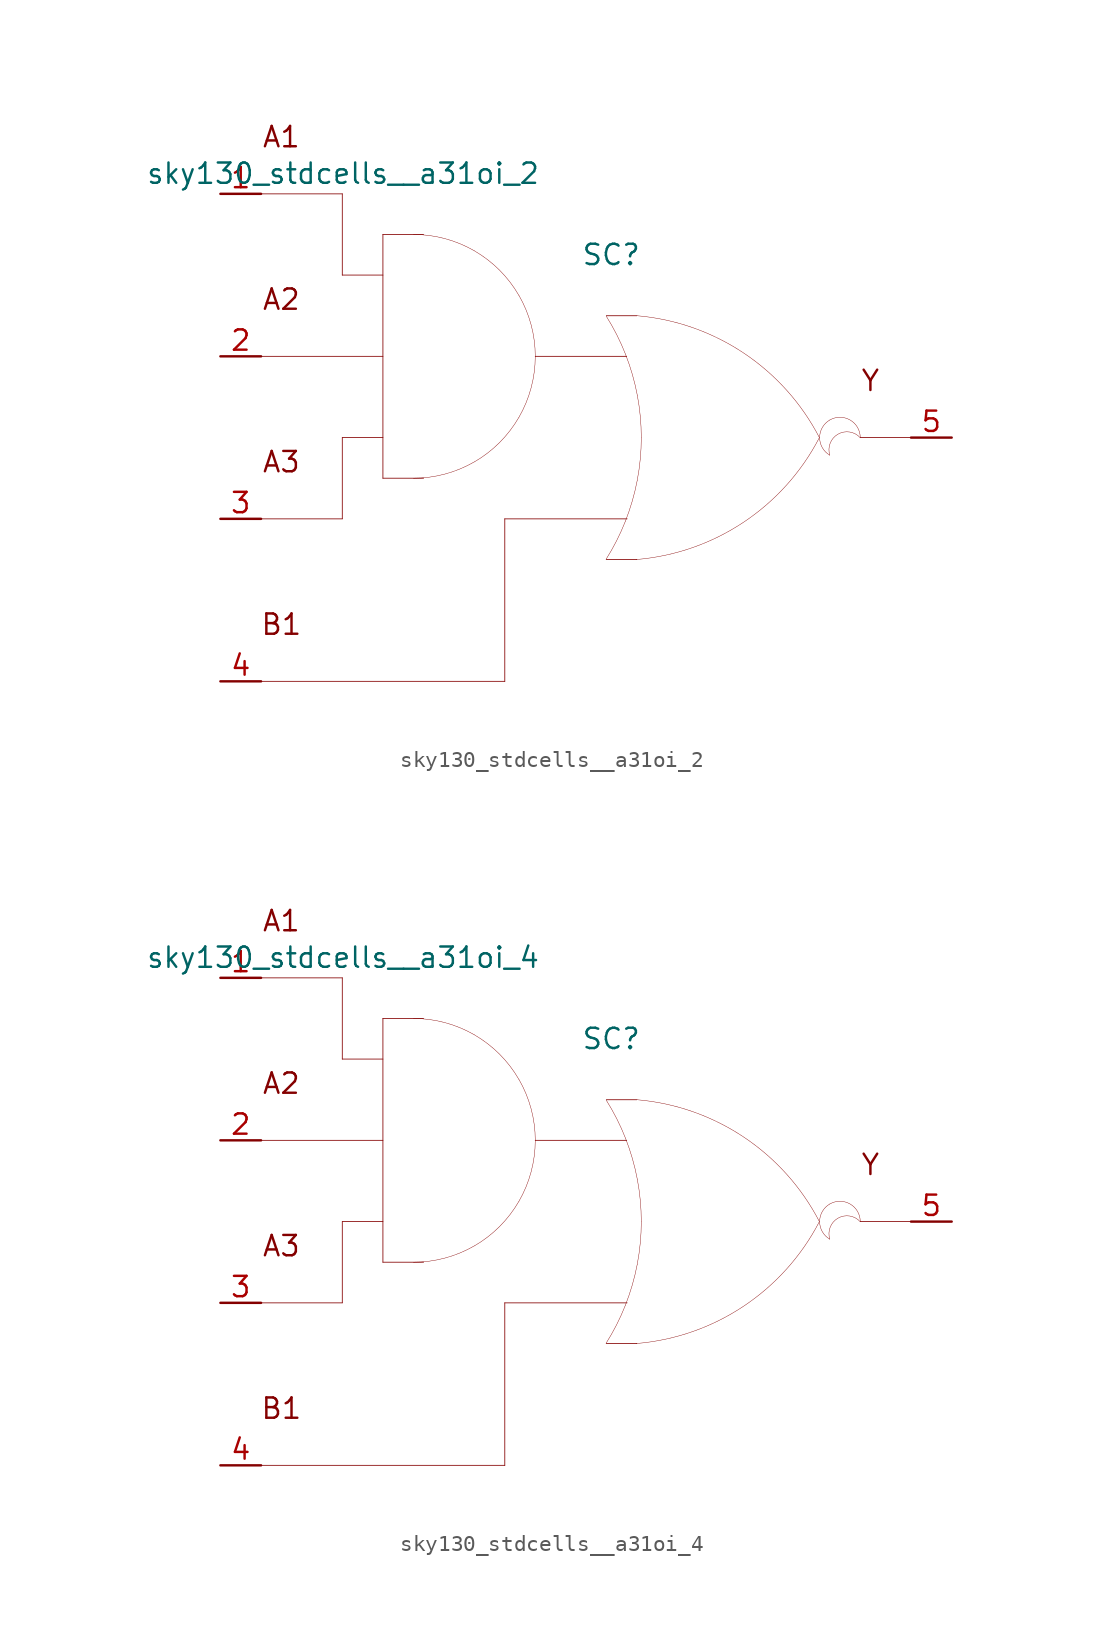
<source format=kicad_sym>
(kicad_symbol_lib
  (version 20211014)
  (generator kicad_symbol_editor)
  (symbol "sky130_stdcells__a31oi_2"
    (pin_names hide)
    (property "Reference" "SC"
      (at 1.575 11.43 0)
      (effects (font (size 1.27 1.27))))
    (property "Value" "sky130_stdcells__a31oi_2"
      (at -2.845 16.51 0)
      (effects (font (size 1.27 1.27)) (justify right)))
    (symbol "sky130_stdcells__a31oi_2_0_0"
      (arc (start -10.795 -2.54) (mid -8.8228 -2.2804) (end -6.985 -1.5191) (stroke (width 0.0254) (type default) (color 0 0 0 0)) (fill (type none)))
      (arc (start -6.985 -1.5191) (mid -5.4069 -0.3081) (end -4.1959 1.27) (stroke (width 0.0254) (type default) (color 0 0 0 0)) (fill (type none)))
      (arc (start -6.985 11.6791) (mid -8.8228 12.4403) (end -10.795 12.7) (stroke (width 0.0254) (type default) (color 0 0 0 0)) (fill (type none)))
      (arc (start -4.1959 1.27) (mid -3.4347 3.1078) (end -3.175 5.08) (stroke (width 0.0254) (type default) (color 0 0 0 0)) (fill (type none)))
      (arc (start -4.1959 8.89) (mid -5.4069 10.4681) (end -6.985 11.6791) (stroke (width 0.0254) (type default) (color 0 0 0 0)) (fill (type none)))
      (arc (start -3.175 5.08) (mid -3.4346 7.0522) (end -4.1959 8.89) (stroke (width 0.0254) (type default) (color 0 0 0 0)) (fill (type none)))
      (polyline (pts (xy -20.32 -15.24) (xy -5.08 -15.24)) (stroke (width 0.051) (type default) (color 0 0 0 0)) (fill (type none)))
      (polyline (pts (xy -20.32 -5.08) (xy -15.24 -5.08)) (stroke (width 0.051) (type default) (color 0 0 0 0)) (fill (type none)))
      (polyline (pts (xy -20.32 5.08) (xy -12.7 5.08)) (stroke (width 0.051) (type default) (color 0 0 0 0)) (fill (type none)))
      (polyline (pts (xy -20.32 15.24) (xy -15.24 15.24)) (stroke (width 0.051) (type default) (color 0 0 0 0)) (fill (type none)))
      (polyline (pts (xy -15.24 0) (xy -15.24 -5.08)) (stroke (width 0.051) (type default) (color 0 0 0 0)) (fill (type none)))
      (polyline (pts (xy -15.24 0) (xy -12.7 0)) (stroke (width 0.051) (type default) (color 0 0 0 0)) (fill (type none)))
      (polyline (pts (xy -15.24 10.16) (xy -12.7 10.16)) (stroke (width 0.051) (type default) (color 0 0 0 0)) (fill (type none)))
      (polyline (pts (xy -15.24 15.24) (xy -15.24 10.16)) (stroke (width 0.051) (type default) (color 0 0 0 0)) (fill (type none)))
      (polyline (pts (xy -12.7 -2.54) (xy -10.16 -2.54)) (stroke (width 0.051) (type default) (color 0 0 0 0)) (fill (type none)))
      (polyline (pts (xy -12.7 12.7) (xy -12.7 -2.54)) (stroke (width 0.051) (type default) (color 0 0 0 0)) (fill (type none)))
      (polyline (pts (xy -12.7 12.7) (xy -10.16 12.7)) (stroke (width 0.051) (type default) (color 0 0 0 0)) (fill (type none)))
      (polyline (pts (xy -5.08 -5.08) (xy -5.08 -15.24)) (stroke (width 0.051) (type default) (color 0 0 0 0)) (fill (type none)))
      (polyline (pts (xy -5.08 -5.08) (xy 2.565 -5.08)) (stroke (width 0.051) (type default) (color 0 0 0 0)) (fill (type none)))
      (polyline (pts (xy -3.175 5.08) (xy 2.54 5.08)) (stroke (width 0.051) (type default) (color 0 0 0 0)) (fill (type none)))
      (polyline (pts (xy 1.27 -7.62) (xy 3.175 -7.62)) (stroke (width 0.051) (type default) (color 0 0 0 0)) (fill (type none)))
      (polyline (pts (xy 1.27 7.62) (xy 3.175 7.62)) (stroke (width 0.051) (type default) (color 0 0 0 0)) (fill (type none)))
      (polyline (pts (xy 17.145 0) (xy 20.32 0)) (stroke (width 0.051) (type default) (color 0 0 0 0)) (fill (type none)))
      (arc (start 1.2495 -7.6142) (mid 1.907 -6.458) (end 2.4538 -5.2456) (stroke (width 0.0254) (type default) (color 0 0 0 0)) (fill (type none)))
      (arc (start 2.4538 -5.2456) (mid 2.8887 -3.9755) (end 3.202 -2.6701) (stroke (width 0.0254) (type default) (color 0 0 0 0)) (fill (type none)))
      (arc (start 2.472 5.1993) (mid 1.9238 6.4248) (end 1.2627 7.5932) (stroke (width 0.0254) (type default) (color 0 0 0 0)) (fill (type none)))
      (arc (start 3.1446 -7.6231) (mid 9.8386 -5.2986) (end 14.5755 -0.0284) (stroke (width 0.0254) (type default) (color 0 0 0 0)) (fill (type none)))
      (arc (start 3.202 -2.6701) (mid 3.3912 -1.341) (end 3.4544 0) (stroke (width 0.0254) (type default) (color 0 0 0 0)) (fill (type none)))
      (arc (start 3.2066 2.6456) (mid 2.8989 3.9396) (end 2.472 5.1993) (stroke (width 0.0254) (type default) (color 0 0 0 0)) (fill (type none)))
      (arc (start 3.4544 0) (mid 3.3923 1.3286) (end 3.2066 2.6456) (stroke (width 0.0254) (type default) (color 0 0 0 0)) (fill (type none)))
      (arc (start 14.5983 -0.0156) (mid 9.8798 5.271) (end 3.194 7.6189) (stroke (width 0.0254) (type default) (color 0 0 0 0)) (fill (type none)))
      (arc (start 15.24 1.0999) (mid 14.605 0) (end 15.24 -1.0999) (stroke (width 0.0254) (type default) (color 0 0 0 0)) (fill (type none)))
      (arc (start 17.145 0) (mid 15.2881 0.4743) (end 15.24 -1.0999) (stroke (width 0.0254) (type default) (color 0 0 0 0)) (fill (type none)))
      (arc (start 17.145 0) (mid 16.51 1.0998) (end 15.24 1.0999) (stroke (width 0.0254) (type default) (color 0 0 0 0)) (fill (type none)))
      (text "A1" (at -19.05 18.796 0) (effects (font (size 1.27 1.27))))
      (text "A2" (at -19.05 8.636 0) (effects (font (size 1.27 1.27))))
      (text "A3" (at -19.05 -1.524 0) (effects (font (size 1.27 1.27))))
      (text "B1" (at -19.05 -11.684 0) (effects (font (size 1.27 1.27))))
      (text "Y" (at 17.78 3.556 0) (effects (font (size 1.27 1.27)))))
    (symbol "sky130_stdcells__a31oi_2_1_1"
      (pin input line (at -22.86 15.24 0) (length 2.54) (name "A1" (effects (font (size 1.092 1.092)))) (number "1" (effects (font (size 1.27 1.27)))))
      (pin input line (at -22.86 5.08 0) (length 2.54) (name "A2" (effects (font (size 1.092 1.092)))) (number "2" (effects (font (size 1.27 1.27)))))
      (pin input line (at -22.86 -5.08 0) (length 2.54) (name "A3" (effects (font (size 1.092 1.092)))) (number "3" (effects (font (size 1.27 1.27)))))
      (pin input line (at -22.86 -15.24 0) (length 2.54) (name "B1" (effects (font (size 1.092 1.092)))) (number "4" (effects (font (size 1.27 1.27)))))
      (pin output line (at 22.86 0 180) (length 2.54) (name "Y" (effects (font (size 1.092 1.092)))) (number "5" (effects (font (size 1.27 1.27)))))))
  (symbol "sky130_stdcells__a31oi_4"
    (pin_names hide)
    (property "Reference" "SC"
      (at 1.575 11.43 0)
      (effects (font (size 1.27 1.27))))
    (property "Value" "sky130_stdcells__a31oi_4"
      (at -2.845 16.51 0)
      (effects (font (size 1.27 1.27)) (justify right)))
    (symbol "sky130_stdcells__a31oi_4_0_0"
      (arc (start -10.795 -2.54) (mid -8.8228 -2.2804) (end -6.985 -1.5191) (stroke (width 0.0254) (type default) (color 0 0 0 0)) (fill (type none)))
      (arc (start -6.985 -1.5191) (mid -5.4069 -0.3081) (end -4.1959 1.27) (stroke (width 0.0254) (type default) (color 0 0 0 0)) (fill (type none)))
      (arc (start -6.985 11.6791) (mid -8.8228 12.4403) (end -10.795 12.7) (stroke (width 0.0254) (type default) (color 0 0 0 0)) (fill (type none)))
      (arc (start -4.1959 1.27) (mid -3.4347 3.1078) (end -3.175 5.08) (stroke (width 0.0254) (type default) (color 0 0 0 0)) (fill (type none)))
      (arc (start -4.1959 8.89) (mid -5.4069 10.4681) (end -6.985 11.6791) (stroke (width 0.0254) (type default) (color 0 0 0 0)) (fill (type none)))
      (arc (start -3.175 5.08) (mid -3.4346 7.0522) (end -4.1959 8.89) (stroke (width 0.0254) (type default) (color 0 0 0 0)) (fill (type none)))
      (polyline (pts (xy -20.32 -15.24) (xy -5.08 -15.24)) (stroke (width 0.051) (type default) (color 0 0 0 0)) (fill (type none)))
      (polyline (pts (xy -20.32 -5.08) (xy -15.24 -5.08)) (stroke (width 0.051) (type default) (color 0 0 0 0)) (fill (type none)))
      (polyline (pts (xy -20.32 5.08) (xy -12.7 5.08)) (stroke (width 0.051) (type default) (color 0 0 0 0)) (fill (type none)))
      (polyline (pts (xy -20.32 15.24) (xy -15.24 15.24)) (stroke (width 0.051) (type default) (color 0 0 0 0)) (fill (type none)))
      (polyline (pts (xy -15.24 0) (xy -15.24 -5.08)) (stroke (width 0.051) (type default) (color 0 0 0 0)) (fill (type none)))
      (polyline (pts (xy -15.24 0) (xy -12.7 0)) (stroke (width 0.051) (type default) (color 0 0 0 0)) (fill (type none)))
      (polyline (pts (xy -15.24 10.16) (xy -12.7 10.16)) (stroke (width 0.051) (type default) (color 0 0 0 0)) (fill (type none)))
      (polyline (pts (xy -15.24 15.24) (xy -15.24 10.16)) (stroke (width 0.051) (type default) (color 0 0 0 0)) (fill (type none)))
      (polyline (pts (xy -12.7 -2.54) (xy -10.16 -2.54)) (stroke (width 0.051) (type default) (color 0 0 0 0)) (fill (type none)))
      (polyline (pts (xy -12.7 12.7) (xy -12.7 -2.54)) (stroke (width 0.051) (type default) (color 0 0 0 0)) (fill (type none)))
      (polyline (pts (xy -12.7 12.7) (xy -10.16 12.7)) (stroke (width 0.051) (type default) (color 0 0 0 0)) (fill (type none)))
      (polyline (pts (xy -5.08 -5.08) (xy -5.08 -15.24)) (stroke (width 0.051) (type default) (color 0 0 0 0)) (fill (type none)))
      (polyline (pts (xy -5.08 -5.08) (xy 2.565 -5.08)) (stroke (width 0.051) (type default) (color 0 0 0 0)) (fill (type none)))
      (polyline (pts (xy -3.175 5.08) (xy 2.54 5.08)) (stroke (width 0.051) (type default) (color 0 0 0 0)) (fill (type none)))
      (polyline (pts (xy 1.27 -7.62) (xy 3.175 -7.62)) (stroke (width 0.051) (type default) (color 0 0 0 0)) (fill (type none)))
      (polyline (pts (xy 1.27 7.62) (xy 3.175 7.62)) (stroke (width 0.051) (type default) (color 0 0 0 0)) (fill (type none)))
      (polyline (pts (xy 17.145 0) (xy 20.32 0)) (stroke (width 0.051) (type default) (color 0 0 0 0)) (fill (type none)))
      (arc (start 1.2495 -7.6142) (mid 1.907 -6.458) (end 2.4538 -5.2456) (stroke (width 0.0254) (type default) (color 0 0 0 0)) (fill (type none)))
      (arc (start 2.4538 -5.2456) (mid 2.8887 -3.9755) (end 3.202 -2.6701) (stroke (width 0.0254) (type default) (color 0 0 0 0)) (fill (type none)))
      (arc (start 2.472 5.1993) (mid 1.9238 6.4248) (end 1.2627 7.5932) (stroke (width 0.0254) (type default) (color 0 0 0 0)) (fill (type none)))
      (arc (start 3.1446 -7.6231) (mid 9.8386 -5.2986) (end 14.5755 -0.0284) (stroke (width 0.0254) (type default) (color 0 0 0 0)) (fill (type none)))
      (arc (start 3.202 -2.6701) (mid 3.3912 -1.341) (end 3.4544 0) (stroke (width 0.0254) (type default) (color 0 0 0 0)) (fill (type none)))
      (arc (start 3.2066 2.6456) (mid 2.8989 3.9396) (end 2.472 5.1993) (stroke (width 0.0254) (type default) (color 0 0 0 0)) (fill (type none)))
      (arc (start 3.4544 0) (mid 3.3923 1.3286) (end 3.2066 2.6456) (stroke (width 0.0254) (type default) (color 0 0 0 0)) (fill (type none)))
      (arc (start 14.5983 -0.0156) (mid 9.8798 5.271) (end 3.194 7.6189) (stroke (width 0.0254) (type default) (color 0 0 0 0)) (fill (type none)))
      (arc (start 15.24 1.0999) (mid 14.605 0) (end 15.24 -1.0999) (stroke (width 0.0254) (type default) (color 0 0 0 0)) (fill (type none)))
      (arc (start 17.145 0) (mid 15.2881 0.4743) (end 15.24 -1.0999) (stroke (width 0.0254) (type default) (color 0 0 0 0)) (fill (type none)))
      (arc (start 17.145 0) (mid 16.51 1.0998) (end 15.24 1.0999) (stroke (width 0.0254) (type default) (color 0 0 0 0)) (fill (type none)))
      (text "A1" (at -19.05 18.796 0) (effects (font (size 1.27 1.27))))
      (text "A2" (at -19.05 8.636 0) (effects (font (size 1.27 1.27))))
      (text "A3" (at -19.05 -1.524 0) (effects (font (size 1.27 1.27))))
      (text "B1" (at -19.05 -11.684 0) (effects (font (size 1.27 1.27))))
      (text "Y" (at 17.78 3.556 0) (effects (font (size 1.27 1.27)))))
    (symbol "sky130_stdcells__a31oi_4_1_1"
      (pin input line (at -22.86 15.24 0) (length 2.54) (name "A1" (effects (font (size 1.092 1.092)))) (number "1" (effects (font (size 1.27 1.27)))))
      (pin input line (at -22.86 5.08 0) (length 2.54) (name "A2" (effects (font (size 1.092 1.092)))) (number "2" (effects (font (size 1.27 1.27)))))
      (pin input line (at -22.86 -5.08 0) (length 2.54) (name "A3" (effects (font (size 1.092 1.092)))) (number "3" (effects (font (size 1.27 1.27)))))
      (pin input line (at -22.86 -15.24 0) (length 2.54) (name "B1" (effects (font (size 1.092 1.092)))) (number "4" (effects (font (size 1.27 1.27)))))
      (pin output line (at 22.86 0 180) (length 2.54) (name "Y" (effects (font (size 1.092 1.092)))) (number "5" (effects (font (size 1.27 1.27))))))))
</source>
